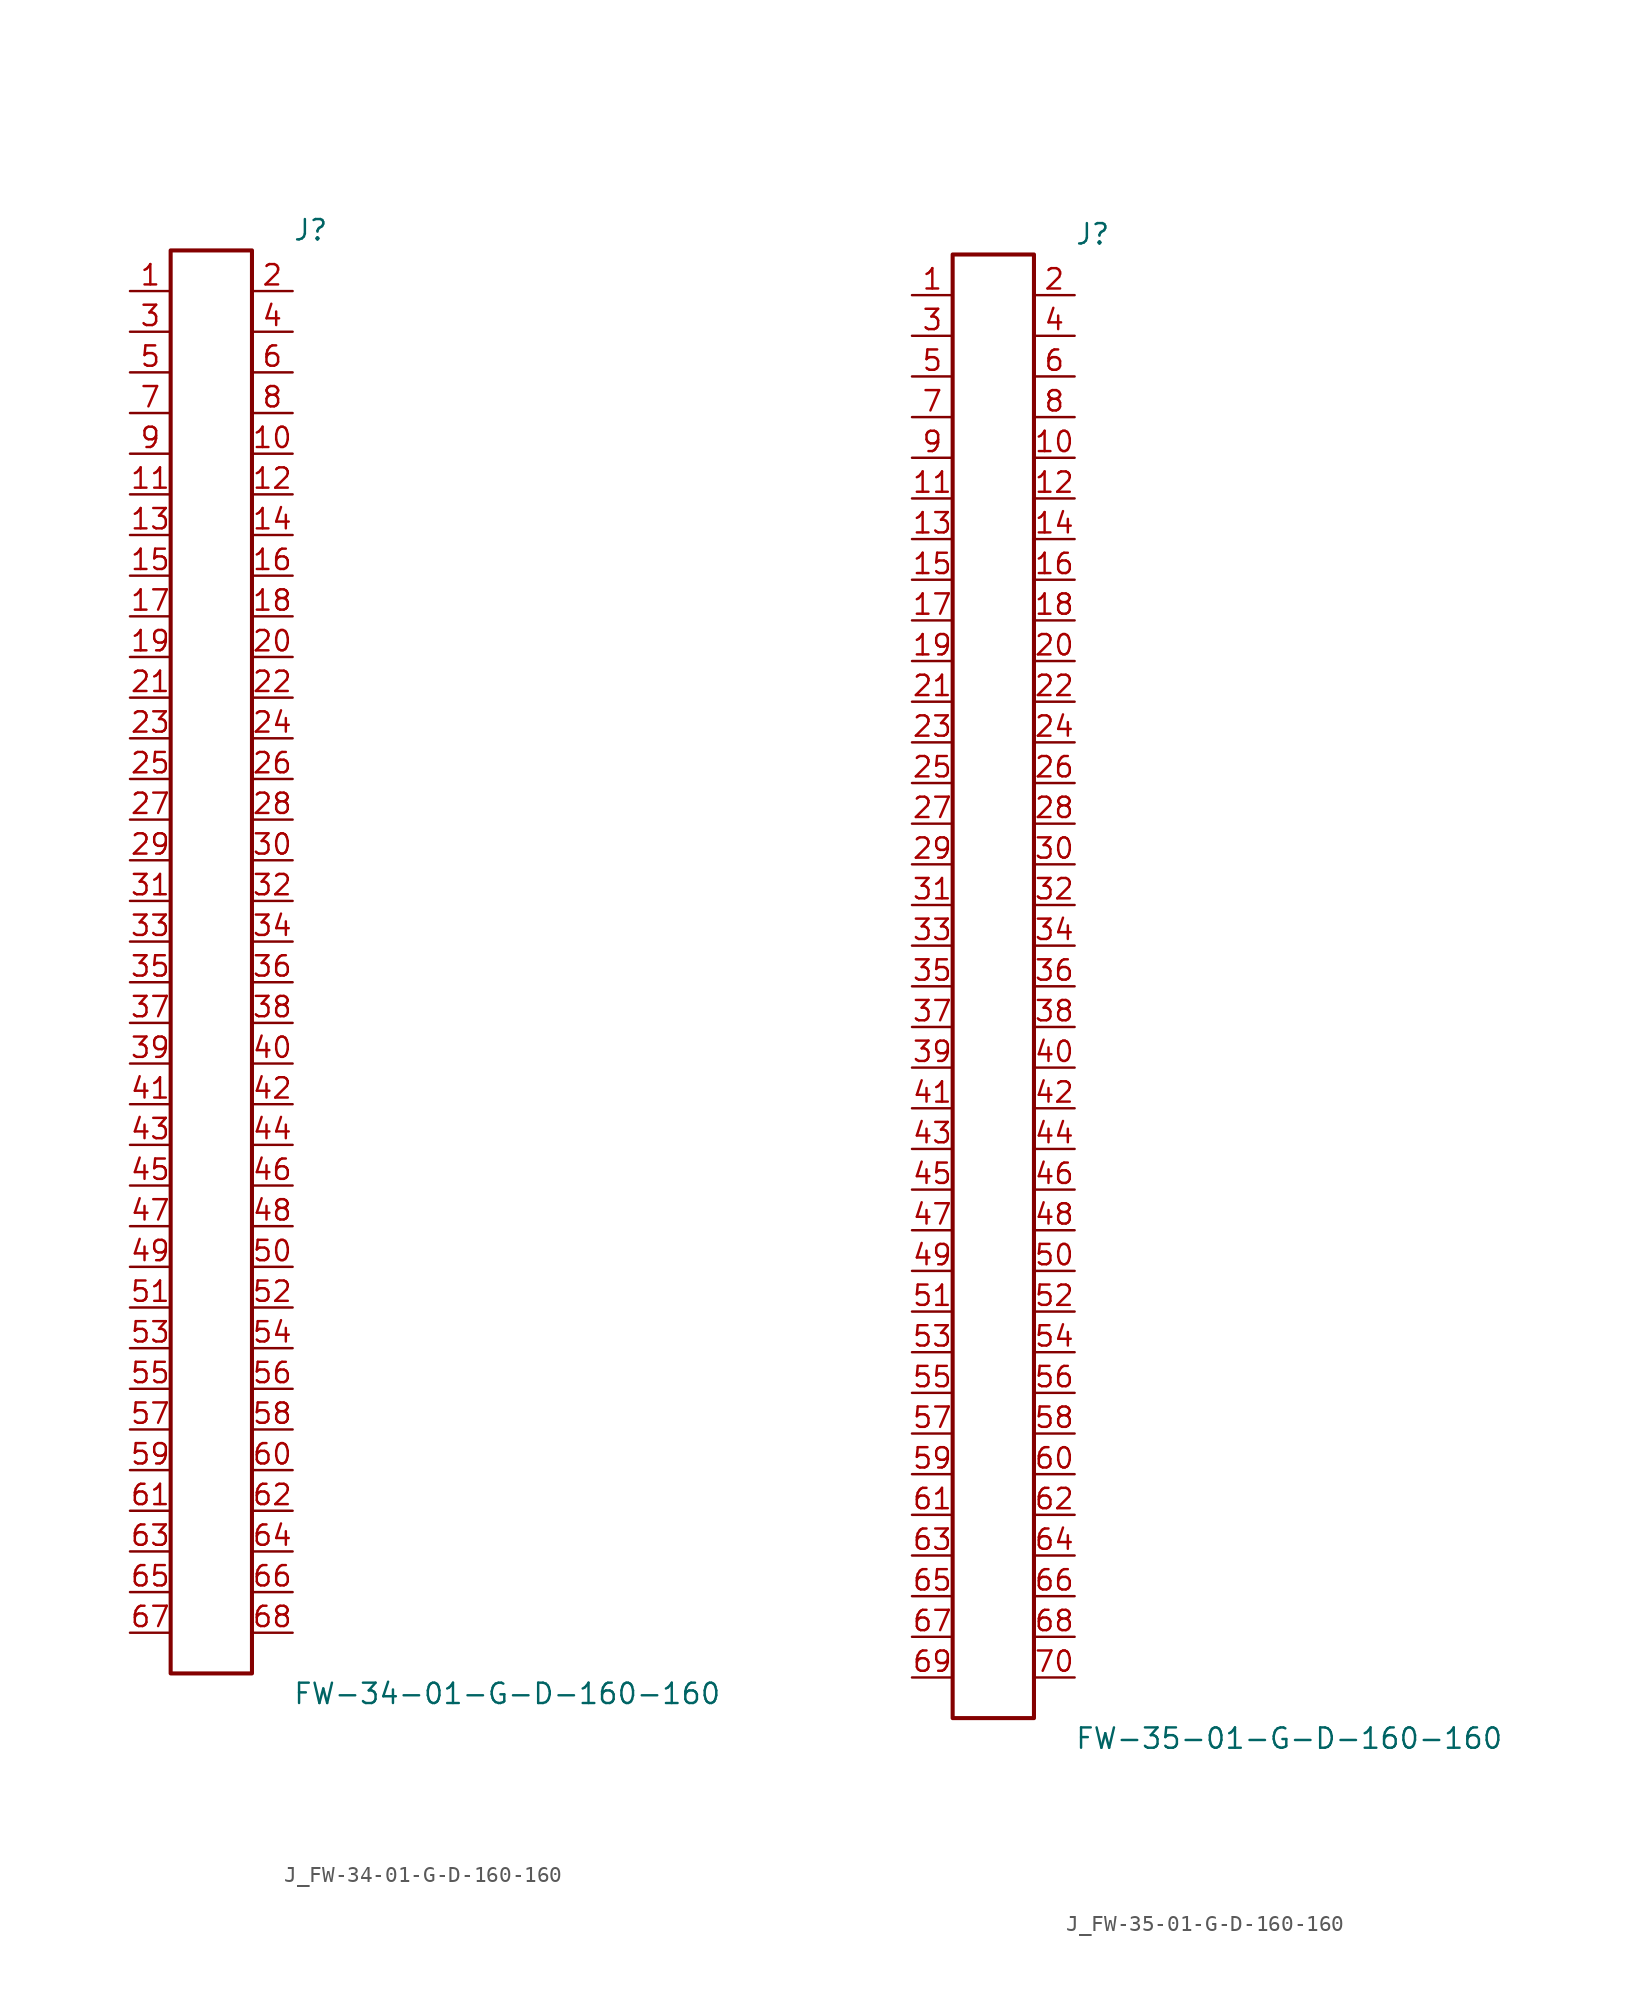
<source format=kicad_sym>
(kicad_symbol_lib
  (version 20231120)
  (generator kicad_symbol_editor)
  (generator_version 8.0)
  (symbol "J_FW-34-01-G-D-160-160"
    (pin_names
      (offset 0.254))
    (property "Reference" "J"
      (at 5.08 45.72 0)
      (effects (font (size 1.27 1.27)) (justify left)))
    (property "Value" "FW-34-01-G-D-160-160"
      (at 5.08 -45.72 0)
      (effects (font (size 1.27 1.27)) (justify left)))
    (symbol "J_FW-34-01-G-D-160-160_0_0"
      (pin unspecified line (at -5.08 41.91 0) (length 2.54) (name "" (effects (font (size 1.27 1.27)))) (number "1" (effects (font (size 1.27 1.27)))))
      (pin unspecified line (at 5.08 41.91 180) (length 2.54) (name "" (effects (font (size 1.27 1.27)))) (number "2" (effects (font (size 1.27 1.27)))))
      (pin unspecified line (at -5.08 39.37 0) (length 2.54) (name "" (effects (font (size 1.27 1.27)))) (number "3" (effects (font (size 1.27 1.27)))))
      (pin unspecified line (at 5.08 39.37 180) (length 2.54) (name "" (effects (font (size 1.27 1.27)))) (number "4" (effects (font (size 1.27 1.27)))))
      (pin unspecified line (at -5.08 36.83 0) (length 2.54) (name "" (effects (font (size 1.27 1.27)))) (number "5" (effects (font (size 1.27 1.27)))))
      (pin unspecified line (at 5.08 36.83 180) (length 2.54) (name "" (effects (font (size 1.27 1.27)))) (number "6" (effects (font (size 1.27 1.27)))))
      (pin unspecified line (at -5.08 34.29 0) (length 2.54) (name "" (effects (font (size 1.27 1.27)))) (number "7" (effects (font (size 1.27 1.27)))))
      (pin unspecified line (at 5.08 34.29 180) (length 2.54) (name "" (effects (font (size 1.27 1.27)))) (number "8" (effects (font (size 1.27 1.27)))))
      (pin unspecified line (at -5.08 31.75 0) (length 2.54) (name "" (effects (font (size 1.27 1.27)))) (number "9" (effects (font (size 1.27 1.27)))))
      (pin unspecified line (at 5.08 31.75 180) (length 2.54) (name "" (effects (font (size 1.27 1.27)))) (number "10" (effects (font (size 1.27 1.27)))))
      (pin unspecified line (at -5.08 29.21 0) (length 2.54) (name "" (effects (font (size 1.27 1.27)))) (number "11" (effects (font (size 1.27 1.27)))))
      (pin unspecified line (at 5.08 29.21 180) (length 2.54) (name "" (effects (font (size 1.27 1.27)))) (number "12" (effects (font (size 1.27 1.27)))))
      (pin unspecified line (at -5.08 26.67 0) (length 2.54) (name "" (effects (font (size 1.27 1.27)))) (number "13" (effects (font (size 1.27 1.27)))))
      (pin unspecified line (at 5.08 26.67 180) (length 2.54) (name "" (effects (font (size 1.27 1.27)))) (number "14" (effects (font (size 1.27 1.27)))))
      (pin unspecified line (at -5.08 24.13 0) (length 2.54) (name "" (effects (font (size 1.27 1.27)))) (number "15" (effects (font (size 1.27 1.27)))))
      (pin unspecified line (at 5.08 24.13 180) (length 2.54) (name "" (effects (font (size 1.27 1.27)))) (number "16" (effects (font (size 1.27 1.27)))))
      (pin unspecified line (at -5.08 21.59 0) (length 2.54) (name "" (effects (font (size 1.27 1.27)))) (number "17" (effects (font (size 1.27 1.27)))))
      (pin unspecified line (at 5.08 21.59 180) (length 2.54) (name "" (effects (font (size 1.27 1.27)))) (number "18" (effects (font (size 1.27 1.27)))))
      (pin unspecified line (at -5.08 19.05 0) (length 2.54) (name "" (effects (font (size 1.27 1.27)))) (number "19" (effects (font (size 1.27 1.27)))))
      (pin unspecified line (at 5.08 19.05 180) (length 2.54) (name "" (effects (font (size 1.27 1.27)))) (number "20" (effects (font (size 1.27 1.27)))))
      (pin unspecified line (at -5.08 16.51 0) (length 2.54) (name "" (effects (font (size 1.27 1.27)))) (number "21" (effects (font (size 1.27 1.27)))))
      (pin unspecified line (at 5.08 16.51 180) (length 2.54) (name "" (effects (font (size 1.27 1.27)))) (number "22" (effects (font (size 1.27 1.27)))))
      (pin unspecified line (at -5.08 13.97 0) (length 2.54) (name "" (effects (font (size 1.27 1.27)))) (number "23" (effects (font (size 1.27 1.27)))))
      (pin unspecified line (at 5.08 13.97 180) (length 2.54) (name "" (effects (font (size 1.27 1.27)))) (number "24" (effects (font (size 1.27 1.27)))))
      (pin unspecified line (at -5.08 11.43 0) (length 2.54) (name "" (effects (font (size 1.27 1.27)))) (number "25" (effects (font (size 1.27 1.27)))))
      (pin unspecified line (at 5.08 11.43 180) (length 2.54) (name "" (effects (font (size 1.27 1.27)))) (number "26" (effects (font (size 1.27 1.27)))))
      (pin unspecified line (at -5.08 8.89 0) (length 2.54) (name "" (effects (font (size 1.27 1.27)))) (number "27" (effects (font (size 1.27 1.27)))))
      (pin unspecified line (at 5.08 8.89 180) (length 2.54) (name "" (effects (font (size 1.27 1.27)))) (number "28" (effects (font (size 1.27 1.27)))))
      (pin unspecified line (at -5.08 6.35 0) (length 2.54) (name "" (effects (font (size 1.27 1.27)))) (number "29" (effects (font (size 1.27 1.27)))))
      (pin unspecified line (at 5.08 6.35 180) (length 2.54) (name "" (effects (font (size 1.27 1.27)))) (number "30" (effects (font (size 1.27 1.27)))))
      (pin unspecified line (at -5.08 3.81 0) (length 2.54) (name "" (effects (font (size 1.27 1.27)))) (number "31" (effects (font (size 1.27 1.27)))))
      (pin unspecified line (at 5.08 3.81 180) (length 2.54) (name "" (effects (font (size 1.27 1.27)))) (number "32" (effects (font (size 1.27 1.27)))))
      (pin unspecified line (at -5.08 1.27 0) (length 2.54) (name "" (effects (font (size 1.27 1.27)))) (number "33" (effects (font (size 1.27 1.27)))))
      (pin unspecified line (at 5.08 1.27 180) (length 2.54) (name "" (effects (font (size 1.27 1.27)))) (number "34" (effects (font (size 1.27 1.27)))))
      (pin unspecified line (at -5.08 -1.27 0) (length 2.54) (name "" (effects (font (size 1.27 1.27)))) (number "35" (effects (font (size 1.27 1.27)))))
      (pin unspecified line (at 5.08 -1.27 180) (length 2.54) (name "" (effects (font (size 1.27 1.27)))) (number "36" (effects (font (size 1.27 1.27)))))
      (pin unspecified line (at -5.08 -3.81 0) (length 2.54) (name "" (effects (font (size 1.27 1.27)))) (number "37" (effects (font (size 1.27 1.27)))))
      (pin unspecified line (at 5.08 -3.81 180) (length 2.54) (name "" (effects (font (size 1.27 1.27)))) (number "38" (effects (font (size 1.27 1.27)))))
      (pin unspecified line (at -5.08 -6.35 0) (length 2.54) (name "" (effects (font (size 1.27 1.27)))) (number "39" (effects (font (size 1.27 1.27)))))
      (pin unspecified line (at 5.08 -6.35 180) (length 2.54) (name "" (effects (font (size 1.27 1.27)))) (number "40" (effects (font (size 1.27 1.27)))))
      (pin unspecified line (at -5.08 -8.89 0) (length 2.54) (name "" (effects (font (size 1.27 1.27)))) (number "41" (effects (font (size 1.27 1.27)))))
      (pin unspecified line (at 5.08 -8.89 180) (length 2.54) (name "" (effects (font (size 1.27 1.27)))) (number "42" (effects (font (size 1.27 1.27)))))
      (pin unspecified line (at -5.08 -11.43 0) (length 2.54) (name "" (effects (font (size 1.27 1.27)))) (number "43" (effects (font (size 1.27 1.27)))))
      (pin unspecified line (at 5.08 -11.43 180) (length 2.54) (name "" (effects (font (size 1.27 1.27)))) (number "44" (effects (font (size 1.27 1.27)))))
      (pin unspecified line (at -5.08 -13.97 0) (length 2.54) (name "" (effects (font (size 1.27 1.27)))) (number "45" (effects (font (size 1.27 1.27)))))
      (pin unspecified line (at 5.08 -13.97 180) (length 2.54) (name "" (effects (font (size 1.27 1.27)))) (number "46" (effects (font (size 1.27 1.27)))))
      (pin unspecified line (at -5.08 -16.51 0) (length 2.54) (name "" (effects (font (size 1.27 1.27)))) (number "47" (effects (font (size 1.27 1.27)))))
      (pin unspecified line (at 5.08 -16.51 180) (length 2.54) (name "" (effects (font (size 1.27 1.27)))) (number "48" (effects (font (size 1.27 1.27)))))
      (pin unspecified line (at -5.08 -19.05 0) (length 2.54) (name "" (effects (font (size 1.27 1.27)))) (number "49" (effects (font (size 1.27 1.27)))))
      (pin unspecified line (at 5.08 -19.05 180) (length 2.54) (name "" (effects (font (size 1.27 1.27)))) (number "50" (effects (font (size 1.27 1.27)))))
      (pin unspecified line (at -5.08 -21.59 0) (length 2.54) (name "" (effects (font (size 1.27 1.27)))) (number "51" (effects (font (size 1.27 1.27)))))
      (pin unspecified line (at 5.08 -21.59 180) (length 2.54) (name "" (effects (font (size 1.27 1.27)))) (number "52" (effects (font (size 1.27 1.27)))))
      (pin unspecified line (at -5.08 -24.13 0) (length 2.54) (name "" (effects (font (size 1.27 1.27)))) (number "53" (effects (font (size 1.27 1.27)))))
      (pin unspecified line (at 5.08 -24.13 180) (length 2.54) (name "" (effects (font (size 1.27 1.27)))) (number "54" (effects (font (size 1.27 1.27)))))
      (pin unspecified line (at -5.08 -26.67 0) (length 2.54) (name "" (effects (font (size 1.27 1.27)))) (number "55" (effects (font (size 1.27 1.27)))))
      (pin unspecified line (at 5.08 -26.67 180) (length 2.54) (name "" (effects (font (size 1.27 1.27)))) (number "56" (effects (font (size 1.27 1.27)))))
      (pin unspecified line (at -5.08 -29.21 0) (length 2.54) (name "" (effects (font (size 1.27 1.27)))) (number "57" (effects (font (size 1.27 1.27)))))
      (pin unspecified line (at 5.08 -29.21 180) (length 2.54) (name "" (effects (font (size 1.27 1.27)))) (number "58" (effects (font (size 1.27 1.27)))))
      (pin unspecified line (at -5.08 -31.75 0) (length 2.54) (name "" (effects (font (size 1.27 1.27)))) (number "59" (effects (font (size 1.27 1.27)))))
      (pin unspecified line (at 5.08 -31.75 180) (length 2.54) (name "" (effects (font (size 1.27 1.27)))) (number "60" (effects (font (size 1.27 1.27)))))
      (pin unspecified line (at -5.08 -34.29 0) (length 2.54) (name "" (effects (font (size 1.27 1.27)))) (number "61" (effects (font (size 1.27 1.27)))))
      (pin unspecified line (at 5.08 -34.29 180) (length 2.54) (name "" (effects (font (size 1.27 1.27)))) (number "62" (effects (font (size 1.27 1.27)))))
      (pin unspecified line (at -5.08 -36.83 0) (length 2.54) (name "" (effects (font (size 1.27 1.27)))) (number "63" (effects (font (size 1.27 1.27)))))
      (pin unspecified line (at 5.08 -36.83 180) (length 2.54) (name "" (effects (font (size 1.27 1.27)))) (number "64" (effects (font (size 1.27 1.27)))))
      (pin unspecified line (at -5.08 -39.37 0) (length 2.54) (name "" (effects (font (size 1.27 1.27)))) (number "65" (effects (font (size 1.27 1.27)))))
      (pin unspecified line (at 5.08 -39.37 180) (length 2.54) (name "" (effects (font (size 1.27 1.27)))) (number "66" (effects (font (size 1.27 1.27)))))
      (pin unspecified line (at -5.08 -41.91 0) (length 2.54) (name "" (effects (font (size 1.27 1.27)))) (number "67" (effects (font (size 1.27 1.27)))))
      (pin unspecified line (at 5.08 -41.91 180) (length 2.54) (name "" (effects (font (size 1.27 1.27)))) (number "68" (effects (font (size 1.27 1.27))))))
    (symbol "J_FW-34-01-G-D-160-160_1_0"
      (rectangle (start -2.54 44.45) (end 2.54 -44.45) (stroke (width 0.254) (type solid)) (fill (type none)))))
  (symbol "J_FW-35-01-G-D-160-160"
    (pin_names
      (offset 0.254))
    (property "Reference" "J"
      (at 5.08 46.99 0)
      (effects (font (size 1.27 1.27)) (justify left)))
    (property "Value" "FW-35-01-G-D-160-160"
      (at 5.08 -46.99 0)
      (effects (font (size 1.27 1.27)) (justify left)))
    (symbol "J_FW-35-01-G-D-160-160_0_0"
      (pin unspecified line (at -5.08 43.18 0) (length 2.54) (name "" (effects (font (size 1.27 1.27)))) (number "1" (effects (font (size 1.27 1.27)))))
      (pin unspecified line (at 5.08 43.18 180) (length 2.54) (name "" (effects (font (size 1.27 1.27)))) (number "2" (effects (font (size 1.27 1.27)))))
      (pin unspecified line (at -5.08 40.64 0) (length 2.54) (name "" (effects (font (size 1.27 1.27)))) (number "3" (effects (font (size 1.27 1.27)))))
      (pin unspecified line (at 5.08 40.64 180) (length 2.54) (name "" (effects (font (size 1.27 1.27)))) (number "4" (effects (font (size 1.27 1.27)))))
      (pin unspecified line (at -5.08 38.1 0) (length 2.54) (name "" (effects (font (size 1.27 1.27)))) (number "5" (effects (font (size 1.27 1.27)))))
      (pin unspecified line (at 5.08 38.1 180) (length 2.54) (name "" (effects (font (size 1.27 1.27)))) (number "6" (effects (font (size 1.27 1.27)))))
      (pin unspecified line (at -5.08 35.56 0) (length 2.54) (name "" (effects (font (size 1.27 1.27)))) (number "7" (effects (font (size 1.27 1.27)))))
      (pin unspecified line (at 5.08 35.56 180) (length 2.54) (name "" (effects (font (size 1.27 1.27)))) (number "8" (effects (font (size 1.27 1.27)))))
      (pin unspecified line (at -5.08 33.02 0) (length 2.54) (name "" (effects (font (size 1.27 1.27)))) (number "9" (effects (font (size 1.27 1.27)))))
      (pin unspecified line (at 5.08 33.02 180) (length 2.54) (name "" (effects (font (size 1.27 1.27)))) (number "10" (effects (font (size 1.27 1.27)))))
      (pin unspecified line (at -5.08 30.48 0) (length 2.54) (name "" (effects (font (size 1.27 1.27)))) (number "11" (effects (font (size 1.27 1.27)))))
      (pin unspecified line (at 5.08 30.48 180) (length 2.54) (name "" (effects (font (size 1.27 1.27)))) (number "12" (effects (font (size 1.27 1.27)))))
      (pin unspecified line (at -5.08 27.94 0) (length 2.54) (name "" (effects (font (size 1.27 1.27)))) (number "13" (effects (font (size 1.27 1.27)))))
      (pin unspecified line (at 5.08 27.94 180) (length 2.54) (name "" (effects (font (size 1.27 1.27)))) (number "14" (effects (font (size 1.27 1.27)))))
      (pin unspecified line (at -5.08 25.4 0) (length 2.54) (name "" (effects (font (size 1.27 1.27)))) (number "15" (effects (font (size 1.27 1.27)))))
      (pin unspecified line (at 5.08 25.4 180) (length 2.54) (name "" (effects (font (size 1.27 1.27)))) (number "16" (effects (font (size 1.27 1.27)))))
      (pin unspecified line (at -5.08 22.86 0) (length 2.54) (name "" (effects (font (size 1.27 1.27)))) (number "17" (effects (font (size 1.27 1.27)))))
      (pin unspecified line (at 5.08 22.86 180) (length 2.54) (name "" (effects (font (size 1.27 1.27)))) (number "18" (effects (font (size 1.27 1.27)))))
      (pin unspecified line (at -5.08 20.32 0) (length 2.54) (name "" (effects (font (size 1.27 1.27)))) (number "19" (effects (font (size 1.27 1.27)))))
      (pin unspecified line (at 5.08 20.32 180) (length 2.54) (name "" (effects (font (size 1.27 1.27)))) (number "20" (effects (font (size 1.27 1.27)))))
      (pin unspecified line (at -5.08 17.78 0) (length 2.54) (name "" (effects (font (size 1.27 1.27)))) (number "21" (effects (font (size 1.27 1.27)))))
      (pin unspecified line (at 5.08 17.78 180) (length 2.54) (name "" (effects (font (size 1.27 1.27)))) (number "22" (effects (font (size 1.27 1.27)))))
      (pin unspecified line (at -5.08 15.24 0) (length 2.54) (name "" (effects (font (size 1.27 1.27)))) (number "23" (effects (font (size 1.27 1.27)))))
      (pin unspecified line (at 5.08 15.24 180) (length 2.54) (name "" (effects (font (size 1.27 1.27)))) (number "24" (effects (font (size 1.27 1.27)))))
      (pin unspecified line (at -5.08 12.7 0) (length 2.54) (name "" (effects (font (size 1.27 1.27)))) (number "25" (effects (font (size 1.27 1.27)))))
      (pin unspecified line (at 5.08 12.7 180) (length 2.54) (name "" (effects (font (size 1.27 1.27)))) (number "26" (effects (font (size 1.27 1.27)))))
      (pin unspecified line (at -5.08 10.16 0) (length 2.54) (name "" (effects (font (size 1.27 1.27)))) (number "27" (effects (font (size 1.27 1.27)))))
      (pin unspecified line (at 5.08 10.16 180) (length 2.54) (name "" (effects (font (size 1.27 1.27)))) (number "28" (effects (font (size 1.27 1.27)))))
      (pin unspecified line (at -5.08 7.62 0) (length 2.54) (name "" (effects (font (size 1.27 1.27)))) (number "29" (effects (font (size 1.27 1.27)))))
      (pin unspecified line (at 5.08 7.62 180) (length 2.54) (name "" (effects (font (size 1.27 1.27)))) (number "30" (effects (font (size 1.27 1.27)))))
      (pin unspecified line (at -5.08 5.08 0) (length 2.54) (name "" (effects (font (size 1.27 1.27)))) (number "31" (effects (font (size 1.27 1.27)))))
      (pin unspecified line (at 5.08 5.08 180) (length 2.54) (name "" (effects (font (size 1.27 1.27)))) (number "32" (effects (font (size 1.27 1.27)))))
      (pin unspecified line (at -5.08 2.54 0) (length 2.54) (name "" (effects (font (size 1.27 1.27)))) (number "33" (effects (font (size 1.27 1.27)))))
      (pin unspecified line (at 5.08 2.54 180) (length 2.54) (name "" (effects (font (size 1.27 1.27)))) (number "34" (effects (font (size 1.27 1.27)))))
      (pin unspecified line (at -5.08 0.0 0) (length 2.54) (name "" (effects (font (size 1.27 1.27)))) (number "35" (effects (font (size 1.27 1.27)))))
      (pin unspecified line (at 5.08 0.0 180) (length 2.54) (name "" (effects (font (size 1.27 1.27)))) (number "36" (effects (font (size 1.27 1.27)))))
      (pin unspecified line (at -5.08 -2.54 0) (length 2.54) (name "" (effects (font (size 1.27 1.27)))) (number "37" (effects (font (size 1.27 1.27)))))
      (pin unspecified line (at 5.08 -2.54 180) (length 2.54) (name "" (effects (font (size 1.27 1.27)))) (number "38" (effects (font (size 1.27 1.27)))))
      (pin unspecified line (at -5.08 -5.08 0) (length 2.54) (name "" (effects (font (size 1.27 1.27)))) (number "39" (effects (font (size 1.27 1.27)))))
      (pin unspecified line (at 5.08 -5.08 180) (length 2.54) (name "" (effects (font (size 1.27 1.27)))) (number "40" (effects (font (size 1.27 1.27)))))
      (pin unspecified line (at -5.08 -7.62 0) (length 2.54) (name "" (effects (font (size 1.27 1.27)))) (number "41" (effects (font (size 1.27 1.27)))))
      (pin unspecified line (at 5.08 -7.62 180) (length 2.54) (name "" (effects (font (size 1.27 1.27)))) (number "42" (effects (font (size 1.27 1.27)))))
      (pin unspecified line (at -5.08 -10.16 0) (length 2.54) (name "" (effects (font (size 1.27 1.27)))) (number "43" (effects (font (size 1.27 1.27)))))
      (pin unspecified line (at 5.08 -10.16 180) (length 2.54) (name "" (effects (font (size 1.27 1.27)))) (number "44" (effects (font (size 1.27 1.27)))))
      (pin unspecified line (at -5.08 -12.7 0) (length 2.54) (name "" (effects (font (size 1.27 1.27)))) (number "45" (effects (font (size 1.27 1.27)))))
      (pin unspecified line (at 5.08 -12.7 180) (length 2.54) (name "" (effects (font (size 1.27 1.27)))) (number "46" (effects (font (size 1.27 1.27)))))
      (pin unspecified line (at -5.08 -15.24 0) (length 2.54) (name "" (effects (font (size 1.27 1.27)))) (number "47" (effects (font (size 1.27 1.27)))))
      (pin unspecified line (at 5.08 -15.24 180) (length 2.54) (name "" (effects (font (size 1.27 1.27)))) (number "48" (effects (font (size 1.27 1.27)))))
      (pin unspecified line (at -5.08 -17.78 0) (length 2.54) (name "" (effects (font (size 1.27 1.27)))) (number "49" (effects (font (size 1.27 1.27)))))
      (pin unspecified line (at 5.08 -17.78 180) (length 2.54) (name "" (effects (font (size 1.27 1.27)))) (number "50" (effects (font (size 1.27 1.27)))))
      (pin unspecified line (at -5.08 -20.32 0) (length 2.54) (name "" (effects (font (size 1.27 1.27)))) (number "51" (effects (font (size 1.27 1.27)))))
      (pin unspecified line (at 5.08 -20.32 180) (length 2.54) (name "" (effects (font (size 1.27 1.27)))) (number "52" (effects (font (size 1.27 1.27)))))
      (pin unspecified line (at -5.08 -22.86 0) (length 2.54) (name "" (effects (font (size 1.27 1.27)))) (number "53" (effects (font (size 1.27 1.27)))))
      (pin unspecified line (at 5.08 -22.86 180) (length 2.54) (name "" (effects (font (size 1.27 1.27)))) (number "54" (effects (font (size 1.27 1.27)))))
      (pin unspecified line (at -5.08 -25.4 0) (length 2.54) (name "" (effects (font (size 1.27 1.27)))) (number "55" (effects (font (size 1.27 1.27)))))
      (pin unspecified line (at 5.08 -25.4 180) (length 2.54) (name "" (effects (font (size 1.27 1.27)))) (number "56" (effects (font (size 1.27 1.27)))))
      (pin unspecified line (at -5.08 -27.94 0) (length 2.54) (name "" (effects (font (size 1.27 1.27)))) (number "57" (effects (font (size 1.27 1.27)))))
      (pin unspecified line (at 5.08 -27.94 180) (length 2.54) (name "" (effects (font (size 1.27 1.27)))) (number "58" (effects (font (size 1.27 1.27)))))
      (pin unspecified line (at -5.08 -30.48 0) (length 2.54) (name "" (effects (font (size 1.27 1.27)))) (number "59" (effects (font (size 1.27 1.27)))))
      (pin unspecified line (at 5.08 -30.48 180) (length 2.54) (name "" (effects (font (size 1.27 1.27)))) (number "60" (effects (font (size 1.27 1.27)))))
      (pin unspecified line (at -5.08 -33.02 0) (length 2.54) (name "" (effects (font (size 1.27 1.27)))) (number "61" (effects (font (size 1.27 1.27)))))
      (pin unspecified line (at 5.08 -33.02 180) (length 2.54) (name "" (effects (font (size 1.27 1.27)))) (number "62" (effects (font (size 1.27 1.27)))))
      (pin unspecified line (at -5.08 -35.56 0) (length 2.54) (name "" (effects (font (size 1.27 1.27)))) (number "63" (effects (font (size 1.27 1.27)))))
      (pin unspecified line (at 5.08 -35.56 180) (length 2.54) (name "" (effects (font (size 1.27 1.27)))) (number "64" (effects (font (size 1.27 1.27)))))
      (pin unspecified line (at -5.08 -38.1 0) (length 2.54) (name "" (effects (font (size 1.27 1.27)))) (number "65" (effects (font (size 1.27 1.27)))))
      (pin unspecified line (at 5.08 -38.1 180) (length 2.54) (name "" (effects (font (size 1.27 1.27)))) (number "66" (effects (font (size 1.27 1.27)))))
      (pin unspecified line (at -5.08 -40.64 0) (length 2.54) (name "" (effects (font (size 1.27 1.27)))) (number "67" (effects (font (size 1.27 1.27)))))
      (pin unspecified line (at 5.08 -40.64 180) (length 2.54) (name "" (effects (font (size 1.27 1.27)))) (number "68" (effects (font (size 1.27 1.27)))))
      (pin unspecified line (at -5.08 -43.18 0) (length 2.54) (name "" (effects (font (size 1.27 1.27)))) (number "69" (effects (font (size 1.27 1.27)))))
      (pin unspecified line (at 5.08 -43.18 180) (length 2.54) (name "" (effects (font (size 1.27 1.27)))) (number "70" (effects (font (size 1.27 1.27))))))
    (symbol "J_FW-35-01-G-D-160-160_1_0"
      (rectangle (start -2.54 45.72) (end 2.54 -45.72) (stroke (width 0.254) (type solid)) (fill (type none))))))
</source>
